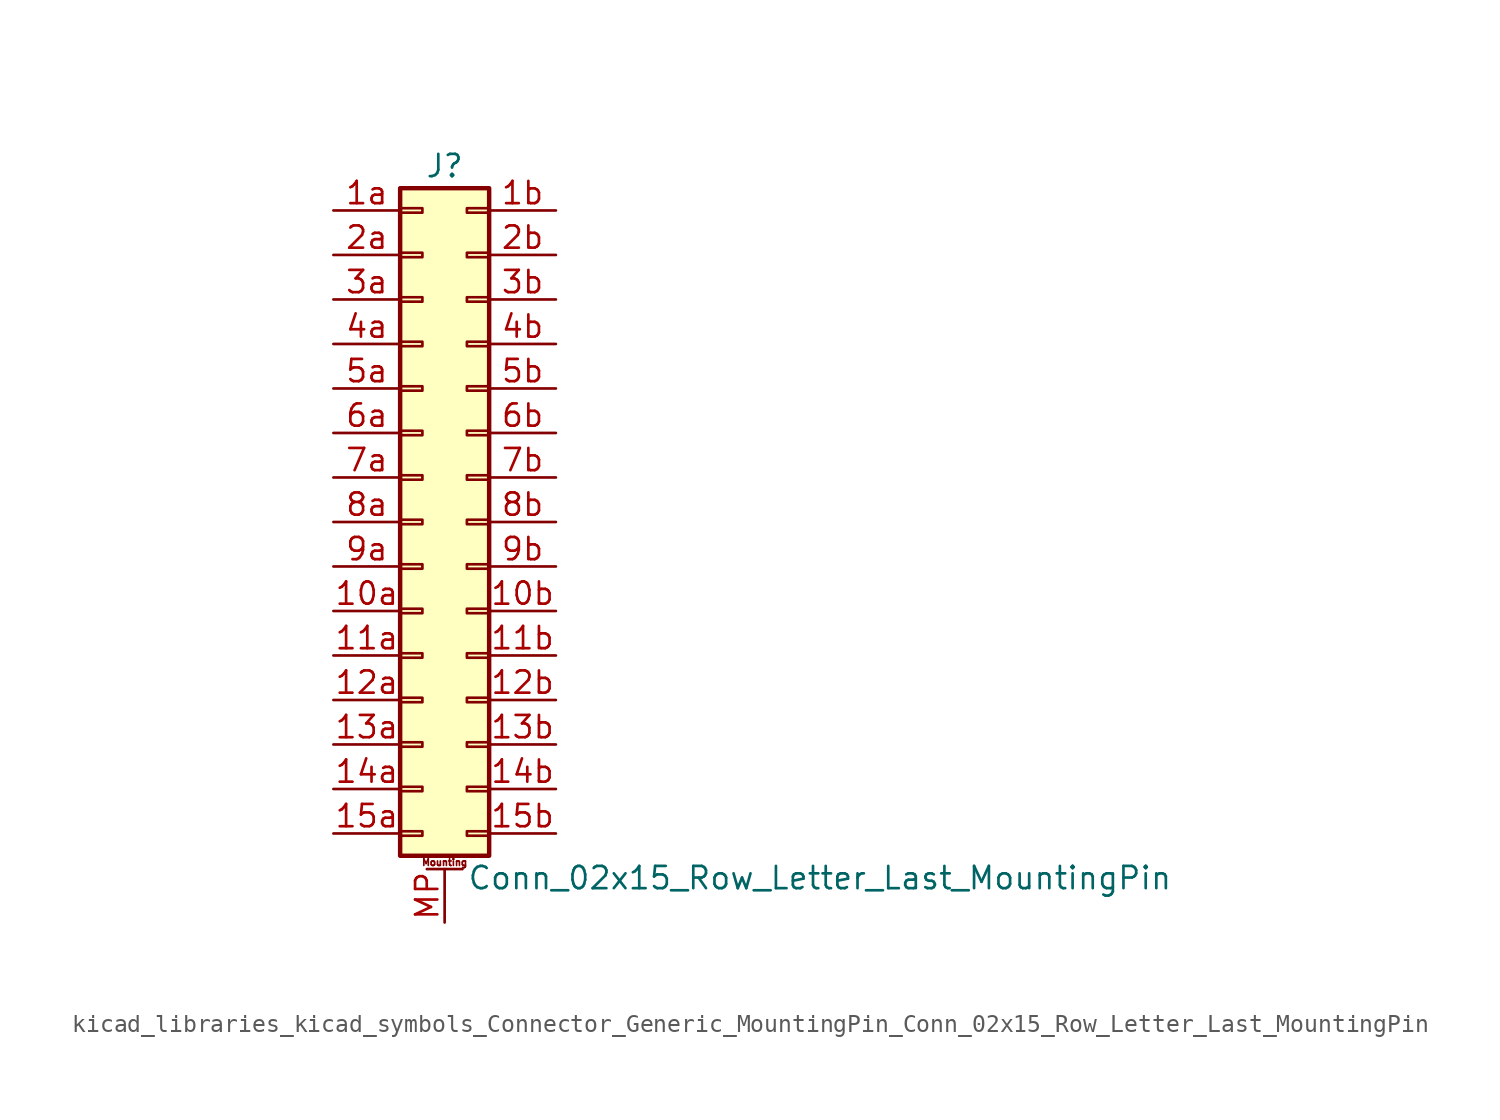
<source format=kicad_sym>
(kicad_symbol_lib
  (version 20220914)
  (generator kicad_symbol_editor)
  (symbol "kicad_libraries_kicad_symbols_Connector_Generic_MountingPin_Conn_02x15_Row_Letter_Last_MountingPin"
    (pin_names
      (offset 1.016) hide)
    (property "Reference" "J"
      (at 1.27 20.32 0)
      (effects (font (size 1.27 1.27))))
    (property "Value" "Conn_02x15_Row_Letter_Last_MountingPin"
      (at 2.54 -20.32 0)
      (effects (font (size 1.27 1.27)) (justify left)))
    (symbol "kicad_libraries_kicad_symbols_Connector_Generic_MountingPin_Conn_02x15_Row_Letter_Last_MountingPin_1_1"
      (rectangle (start -1.27 -17.653) (end 0 -17.907) (stroke (width 0.152) (type default)) (fill (type none)))
      (rectangle (start -1.27 -15.113) (end 0 -15.367) (stroke (width 0.152) (type default)) (fill (type none)))
      (rectangle (start -1.27 -12.573) (end 0 -12.827) (stroke (width 0.152) (type default)) (fill (type none)))
      (rectangle (start -1.27 -10.033) (end 0 -10.287) (stroke (width 0.152) (type default)) (fill (type none)))
      (rectangle (start -1.27 -7.493) (end 0 -7.747) (stroke (width 0.152) (type default)) (fill (type none)))
      (rectangle (start -1.27 -4.953) (end 0 -5.207) (stroke (width 0.152) (type default)) (fill (type none)))
      (rectangle (start -1.27 -2.413) (end 0 -2.667) (stroke (width 0.152) (type default)) (fill (type none)))
      (rectangle (start -1.27 0.127) (end 0 -0.127) (stroke (width 0.152) (type default)) (fill (type none)))
      (rectangle (start -1.27 2.667) (end 0 2.413) (stroke (width 0.152) (type default)) (fill (type none)))
      (rectangle (start -1.27 5.207) (end 0 4.953) (stroke (width 0.152) (type default)) (fill (type none)))
      (rectangle (start -1.27 7.747) (end 0 7.493) (stroke (width 0.152) (type default)) (fill (type none)))
      (rectangle (start -1.27 10.287) (end 0 10.033) (stroke (width 0.152) (type default)) (fill (type none)))
      (rectangle (start -1.27 12.827) (end 0 12.573) (stroke (width 0.152) (type default)) (fill (type none)))
      (rectangle (start -1.27 15.367) (end 0 15.113) (stroke (width 0.152) (type default)) (fill (type none)))
      (rectangle (start -1.27 17.907) (end 0 17.653) (stroke (width 0.152) (type default)) (fill (type none)))
      (rectangle (start -1.27 19.05) (end 3.81 -19.05) (stroke (width 0.254) (type default)) (fill (type background)))
      (polyline (pts (xy 0.254 -19.812) (xy 2.286 -19.812)) (stroke (width 0.152) (type default)) (fill (type none)))
      (rectangle (start 3.81 -17.653) (end 2.54 -17.907) (stroke (width 0.152) (type default)) (fill (type none)))
      (rectangle (start 3.81 -15.113) (end 2.54 -15.367) (stroke (width 0.152) (type default)) (fill (type none)))
      (rectangle (start 3.81 -12.573) (end 2.54 -12.827) (stroke (width 0.152) (type default)) (fill (type none)))
      (rectangle (start 3.81 -10.033) (end 2.54 -10.287) (stroke (width 0.152) (type default)) (fill (type none)))
      (rectangle (start 3.81 -7.493) (end 2.54 -7.747) (stroke (width 0.152) (type default)) (fill (type none)))
      (rectangle (start 3.81 -4.953) (end 2.54 -5.207) (stroke (width 0.152) (type default)) (fill (type none)))
      (rectangle (start 3.81 -2.413) (end 2.54 -2.667) (stroke (width 0.152) (type default)) (fill (type none)))
      (rectangle (start 3.81 0.127) (end 2.54 -0.127) (stroke (width 0.152) (type default)) (fill (type none)))
      (rectangle (start 3.81 2.667) (end 2.54 2.413) (stroke (width 0.152) (type default)) (fill (type none)))
      (rectangle (start 3.81 5.207) (end 2.54 4.953) (stroke (width 0.152) (type default)) (fill (type none)))
      (rectangle (start 3.81 7.747) (end 2.54 7.493) (stroke (width 0.152) (type default)) (fill (type none)))
      (rectangle (start 3.81 10.287) (end 2.54 10.033) (stroke (width 0.152) (type default)) (fill (type none)))
      (rectangle (start 3.81 12.827) (end 2.54 12.573) (stroke (width 0.152) (type default)) (fill (type none)))
      (rectangle (start 3.81 15.367) (end 2.54 15.113) (stroke (width 0.152) (type default)) (fill (type none)))
      (rectangle (start 3.81 17.907) (end 2.54 17.653) (stroke (width 0.152) (type default)) (fill (type none)))
      (text "Mounting" (at 1.27 -19.431 0) (effects (font (size 0.381 0.381))))
      (pin passive line (at -5.08 -5.08 0) (length 3.81) (name "Pin_10a" (effects (font (size 1.27 1.27)))) (number "10a" (effects (font (size 1.27 1.27)))))
      (pin passive line (at 7.62 -5.08 180) (length 3.81) (name "Pin_10b" (effects (font (size 1.27 1.27)))) (number "10b" (effects (font (size 1.27 1.27)))))
      (pin passive line (at -5.08 -7.62 0) (length 3.81) (name "Pin_11a" (effects (font (size 1.27 1.27)))) (number "11a" (effects (font (size 1.27 1.27)))))
      (pin passive line (at 7.62 -7.62 180) (length 3.81) (name "Pin_11b" (effects (font (size 1.27 1.27)))) (number "11b" (effects (font (size 1.27 1.27)))))
      (pin passive line (at -5.08 -10.16 0) (length 3.81) (name "Pin_12a" (effects (font (size 1.27 1.27)))) (number "12a" (effects (font (size 1.27 1.27)))))
      (pin passive line (at 7.62 -10.16 180) (length 3.81) (name "Pin_12b" (effects (font (size 1.27 1.27)))) (number "12b" (effects (font (size 1.27 1.27)))))
      (pin passive line (at -5.08 -12.7 0) (length 3.81) (name "Pin_13a" (effects (font (size 1.27 1.27)))) (number "13a" (effects (font (size 1.27 1.27)))))
      (pin passive line (at 7.62 -12.7 180) (length 3.81) (name "Pin_13b" (effects (font (size 1.27 1.27)))) (number "13b" (effects (font (size 1.27 1.27)))))
      (pin passive line (at -5.08 -15.24 0) (length 3.81) (name "Pin_14a" (effects (font (size 1.27 1.27)))) (number "14a" (effects (font (size 1.27 1.27)))))
      (pin passive line (at 7.62 -15.24 180) (length 3.81) (name "Pin_14b" (effects (font (size 1.27 1.27)))) (number "14b" (effects (font (size 1.27 1.27)))))
      (pin passive line (at -5.08 -17.78 0) (length 3.81) (name "Pin_15a" (effects (font (size 1.27 1.27)))) (number "15a" (effects (font (size 1.27 1.27)))))
      (pin passive line (at 7.62 -17.78 180) (length 3.81) (name "Pin_15b" (effects (font (size 1.27 1.27)))) (number "15b" (effects (font (size 1.27 1.27)))))
      (pin passive line (at -5.08 17.78 0) (length 3.81) (name "Pin_1a" (effects (font (size 1.27 1.27)))) (number "1a" (effects (font (size 1.27 1.27)))))
      (pin passive line (at 7.62 17.78 180) (length 3.81) (name "Pin_1b" (effects (font (size 1.27 1.27)))) (number "1b" (effects (font (size 1.27 1.27)))))
      (pin passive line (at -5.08 15.24 0) (length 3.81) (name "Pin_2a" (effects (font (size 1.27 1.27)))) (number "2a" (effects (font (size 1.27 1.27)))))
      (pin passive line (at 7.62 15.24 180) (length 3.81) (name "Pin_2b" (effects (font (size 1.27 1.27)))) (number "2b" (effects (font (size 1.27 1.27)))))
      (pin passive line (at -5.08 12.7 0) (length 3.81) (name "Pin_3a" (effects (font (size 1.27 1.27)))) (number "3a" (effects (font (size 1.27 1.27)))))
      (pin passive line (at 7.62 12.7 180) (length 3.81) (name "Pin_3b" (effects (font (size 1.27 1.27)))) (number "3b" (effects (font (size 1.27 1.27)))))
      (pin passive line (at -5.08 10.16 0) (length 3.81) (name "Pin_4a" (effects (font (size 1.27 1.27)))) (number "4a" (effects (font (size 1.27 1.27)))))
      (pin passive line (at 7.62 10.16 180) (length 3.81) (name "Pin_4b" (effects (font (size 1.27 1.27)))) (number "4b" (effects (font (size 1.27 1.27)))))
      (pin passive line (at -5.08 7.62 0) (length 3.81) (name "Pin_5a" (effects (font (size 1.27 1.27)))) (number "5a" (effects (font (size 1.27 1.27)))))
      (pin passive line (at 7.62 7.62 180) (length 3.81) (name "Pin_5b" (effects (font (size 1.27 1.27)))) (number "5b" (effects (font (size 1.27 1.27)))))
      (pin passive line (at -5.08 5.08 0) (length 3.81) (name "Pin_6a" (effects (font (size 1.27 1.27)))) (number "6a" (effects (font (size 1.27 1.27)))))
      (pin passive line (at 7.62 5.08 180) (length 3.81) (name "Pin_6b" (effects (font (size 1.27 1.27)))) (number "6b" (effects (font (size 1.27 1.27)))))
      (pin passive line (at -5.08 2.54 0) (length 3.81) (name "Pin_7a" (effects (font (size 1.27 1.27)))) (number "7a" (effects (font (size 1.27 1.27)))))
      (pin passive line (at 7.62 2.54 180) (length 3.81) (name "Pin_7b" (effects (font (size 1.27 1.27)))) (number "7b" (effects (font (size 1.27 1.27)))))
      (pin passive line (at -5.08 0 0) (length 3.81) (name "Pin_8a" (effects (font (size 1.27 1.27)))) (number "8a" (effects (font (size 1.27 1.27)))))
      (pin passive line (at 7.62 0 180) (length 3.81) (name "Pin_8b" (effects (font (size 1.27 1.27)))) (number "8b" (effects (font (size 1.27 1.27)))))
      (pin passive line (at -5.08 -2.54 0) (length 3.81) (name "Pin_9a" (effects (font (size 1.27 1.27)))) (number "9a" (effects (font (size 1.27 1.27)))))
      (pin passive line (at 7.62 -2.54 180) (length 3.81) (name "Pin_9b" (effects (font (size 1.27 1.27)))) (number "9b" (effects (font (size 1.27 1.27)))))
      (pin passive line (at 1.27 -22.86 90) (length 3.048) (name "MountPin" (effects (font (size 1.27 1.27)))) (number "MP" (effects (font (size 1.27 1.27))))))))
</source>
